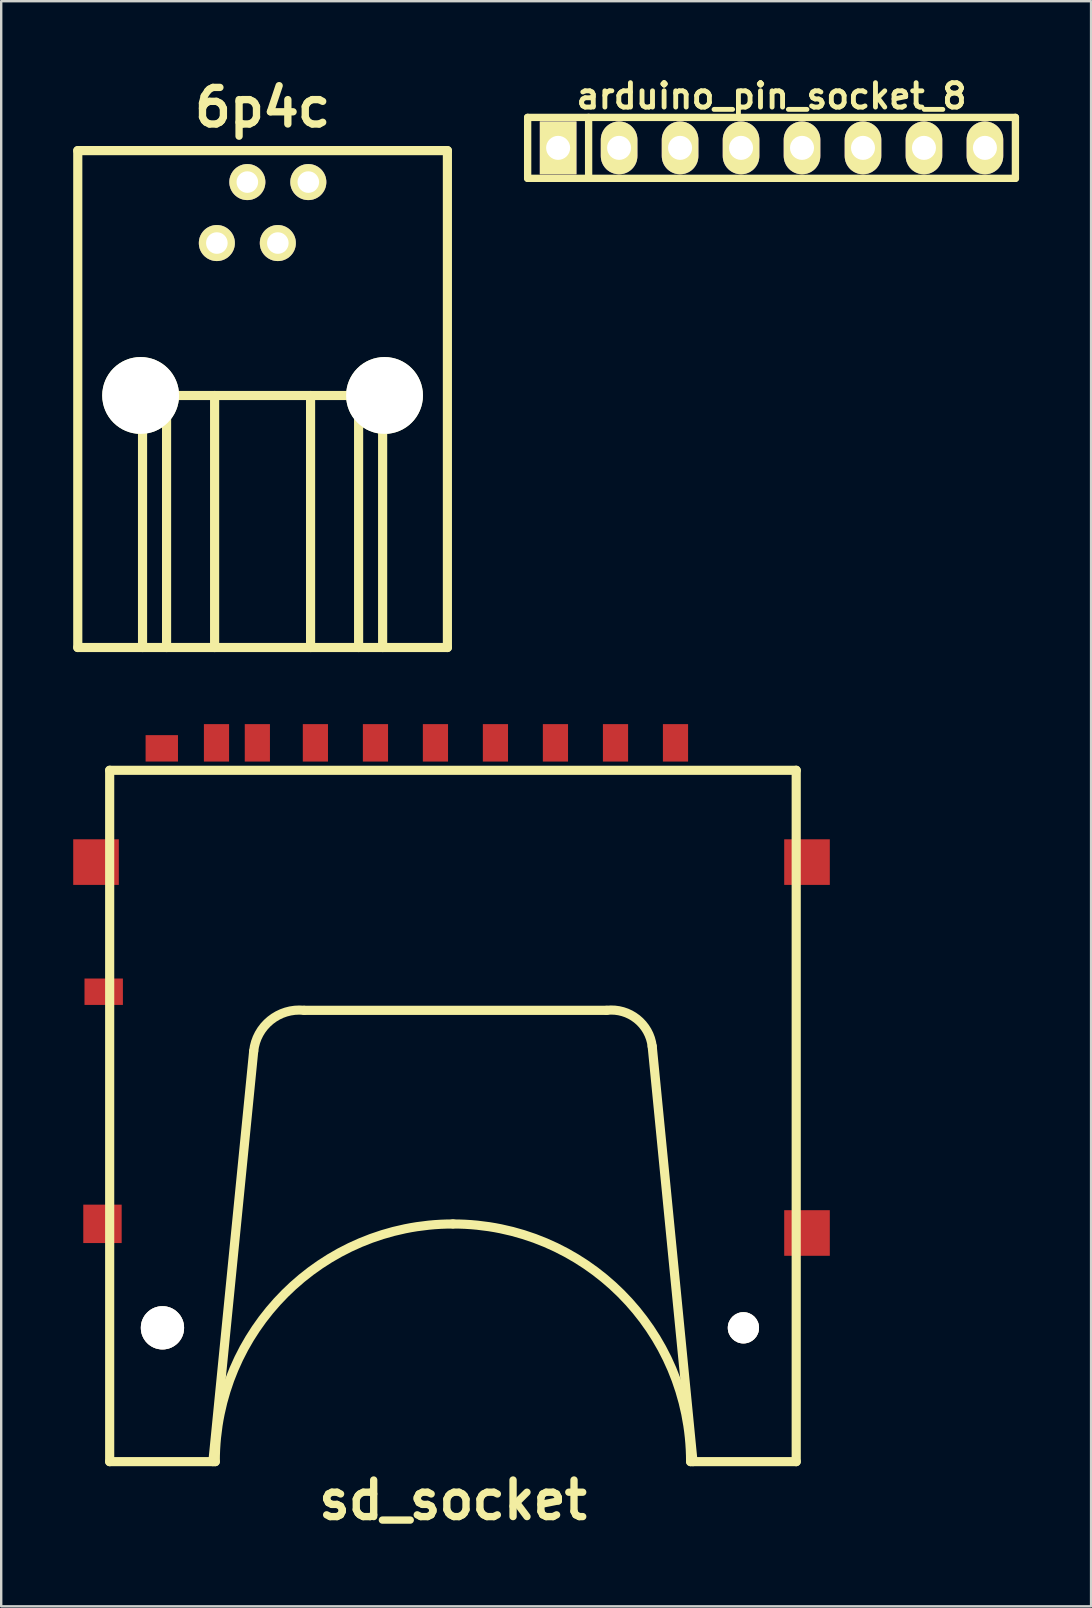
<source format=kicad_pcb>
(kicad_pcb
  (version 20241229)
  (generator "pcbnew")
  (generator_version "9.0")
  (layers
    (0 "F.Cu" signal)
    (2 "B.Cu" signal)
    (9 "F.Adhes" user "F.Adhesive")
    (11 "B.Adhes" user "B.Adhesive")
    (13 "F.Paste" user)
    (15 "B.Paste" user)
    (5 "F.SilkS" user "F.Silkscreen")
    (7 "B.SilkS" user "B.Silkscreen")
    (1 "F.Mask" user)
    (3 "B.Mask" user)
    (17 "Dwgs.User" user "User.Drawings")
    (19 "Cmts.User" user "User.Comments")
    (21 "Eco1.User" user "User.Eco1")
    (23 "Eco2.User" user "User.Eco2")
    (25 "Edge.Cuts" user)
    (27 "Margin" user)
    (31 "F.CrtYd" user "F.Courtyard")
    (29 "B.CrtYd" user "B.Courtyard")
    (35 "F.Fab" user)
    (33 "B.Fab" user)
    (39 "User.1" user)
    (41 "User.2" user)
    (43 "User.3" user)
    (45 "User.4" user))
  (footprint "6p4c"
    (layer "F.Cu")
    (at 7.889 13.425)
    (property "Reference" "6p4c" (at 0 -11.999 0) (layer "F.SilkS") (effects (font (size 1.524 1.524) (thickness 0.305))))
    (attr through_hole)
    (fp_line (start -7.699 -10.201) (end 7.699 -10.201) (stroke (width 0.381) (type solid)) (layer "F.SilkS"))
    (fp_line (start -7.699 10.5) (end -7.699 -10.201) (stroke (width 0.381) (type solid)) (layer "F.SilkS"))
    (fp_line (start -5.001 0) (end -5.001 10.5) (stroke (width 0.381) (type solid)) (layer "F.SilkS"))
    (fp_line (start -5.001 0) (end 5.001 0) (stroke (width 0.381) (type solid)) (layer "F.SilkS"))
    (fp_line (start -4 10.5) (end -4 0) (stroke (width 0.381) (type solid)) (layer "F.SilkS"))
    (fp_line (start -1.999 10.5) (end -1.999 0) (stroke (width 0.381) (type solid)) (layer "F.SilkS"))
    (fp_line (start 1.999 10.5) (end 1.999 0) (stroke (width 0.381) (type solid)) (layer "F.SilkS"))
    (fp_line (start 4 0) (end 4 10.5) (stroke (width 0.381) (type solid)) (layer "F.SilkS"))
    (fp_line (start 5.001 0) (end 5.001 10.5) (stroke (width 0.381) (type solid)) (layer "F.SilkS"))
    (fp_line (start 7.699 -10.201) (end 7.699 10.5) (stroke (width 0.381) (type solid)) (layer "F.SilkS"))
    (fp_line (start 7.699 10.5) (end -7.699 10.5) (stroke (width 0.381) (type solid)) (layer "F.SilkS"))
    (pad "" np_thru_hole circle (at -5.08 0) (size 3.2 3.2) (drill 3.2) (layers "*.Cu" "*.Mask" "F.SilkS"))
    (pad "" np_thru_hole circle (at 5.08 0) (size 3.2 3.2) (drill 3.2) (layers "*.Cu" "*.Mask" "F.SilkS"))
    (pad "1" thru_hole circle (at -1.905 -6.35) (size 1.501 1.501) (drill 0.899) (layers "*.Cu" "*.Mask" "F.SilkS"))
    (pad "2" thru_hole circle (at -0.635 -8.89) (size 1.501 1.501) (drill 0.899) (layers "*.Cu" "*.Mask" "F.SilkS"))
    (pad "3" thru_hole circle (at 0.635 -6.35) (size 1.501 1.501) (drill 0.899) (layers "*.Cu" "*.Mask" "F.SilkS"))
    (pad "4" thru_hole circle (at 1.905 -8.89) (size 1.501 1.501) (drill 0.899) (layers "*.Cu" "*.Mask" "F.SilkS")))
  (footprint "arduino_pin_socket_8"
    (layer "F.Cu")
    (at 29.091 3.11)
    (property "Reference" "arduino_pin_socket_8" (at 0 -2.159 0) (layer "F.SilkS") (effects (font (size 1.016 1.016) (thickness 0.203))))
    (attr through_hole)
    (fp_line (start -10.16 -1.27) (end 10.16 -1.27) (stroke (width 0.305) (type solid)) (layer "F.SilkS"))
    (fp_line (start -10.16 1.27) (end -10.16 -1.27) (stroke (width 0.305) (type solid)) (layer "F.SilkS"))
    (fp_line (start -7.62 -1.27) (end -7.62 1.27) (stroke (width 0.305) (type solid)) (layer "F.SilkS"))
    (fp_line (start 10.16 -1.27) (end 10.16 1.27) (stroke (width 0.305) (type solid)) (layer "F.SilkS"))
    (fp_line (start 10.16 1.27) (end -10.16 1.27) (stroke (width 0.305) (type solid)) (layer "F.SilkS"))
    (pad "1" thru_hole rect (at -8.89 0) (size 1.524 2.2) (drill 1.001) (layers "*.Cu" "*.Mask" "F.SilkS"))
    (pad "2" thru_hole oval (at -6.35 0) (size 1.524 2.2) (drill 1.001) (layers "*.Cu" "*.Mask" "F.SilkS"))
    (pad "3" thru_hole oval (at -3.81 0) (size 1.524 2.2) (drill 1.001) (layers "*.Cu" "*.Mask" "F.SilkS"))
    (pad "4" thru_hole oval (at -1.27 0) (size 1.524 2.2) (drill 1.001) (layers "*.Cu" "*.Mask" "F.SilkS"))
    (pad "5" thru_hole oval (at 1.27 0) (size 1.524 2.2) (drill 1.001) (layers "*.Cu" "*.Mask" "F.SilkS"))
    (pad "6" thru_hole oval (at 3.81 0) (size 1.524 2.2) (drill 1.001) (layers "*.Cu" "*.Mask" "F.SilkS"))
    (pad "7" thru_hole oval (at 6.35 0) (size 1.524 2.2) (drill 1.001) (layers "*.Cu" "*.Mask" "F.SilkS"))
    (pad "8" thru_hole oval (at 8.89 0) (size 1.524 2.2) (drill 1.001) (layers "*.Cu" "*.Mask" "F.SilkS")))
  (footprint "sd_socket"
    (layer "F.Cu")
    (at 15.819 42.44)
    (property "Reference" "sd_socket" (at 0 17 0) (layer "F.SilkS") (effects (font (size 1.524 1.524) (thickness 0.305))))
    (attr through_hole)
    (fp_line (start -14.3 -13.401) (end 14.3 -13.401) (stroke (width 0.381) (type solid)) (layer "F.SilkS"))
    (fp_line (start -14.3 15.4) (end -14.3 -13.401) (stroke (width 0.381) (type solid)) (layer "F.SilkS"))
    (fp_line (start -9.901 15.4) (end -14.3 15.4) (stroke (width 0.381) (type solid)) (layer "F.SilkS"))
    (fp_line (start -8.301 -1.699) (end -10 15.4) (stroke (width 0.381) (type solid)) (layer "F.SilkS"))
    (fp_line (start 6.401 -3.401) (end -6.2 -3.401) (stroke (width 0.381) (type solid)) (layer "F.SilkS"))
    (fp_line (start 8.301 -1.9) (end 10 15.4) (stroke (width 0.381) (type solid)) (layer "F.SilkS"))
    (fp_line (start 14.3 -13.401) (end 14.3 15.4) (stroke (width 0.381) (type solid)) (layer "F.SilkS"))
    (fp_line (start 14.3 15.4) (end 9.901 15.4) (stroke (width 0.381) (type solid)) (layer "F.SilkS"))
    (fp_arc (start -9.90092 15.40002) (mid -7.001008 8.399012) (end 0 5.4991) (stroke (width 0.381) (type solid)) (layer "F.SilkS"))
    (fp_arc (start -8.30072 -1.69926) (mid -7.604154 -2.984678) (end -6.20268 -3.40106) (stroke (width 0.381) (type solid)) (layer "F.SilkS"))
    (fp_arc (start 0 5.4991) (mid 7.001008 8.399012) (end 9.90092 15.40002) (stroke (width 0.381) (type solid)) (layer "F.SilkS"))
    (fp_arc (start 6.4008 -3.40106) (mid 7.662182 -3.042706) (end 8.30072 -1.89738) (stroke (width 0.381) (type solid)) (layer "F.SilkS"))
    (pad "" smd rect (at -14.869 -9.576) (size 1.9 1.9) (layers "F.Cu" "F.Mask" "F.Paste"))
    (pad "" thru_hole circle (at -12.101 9.825) (size 1.801 1.801) (drill 1.801) (layers "*.Cu" "*.Mask" "F.SilkS"))
    (pad "" thru_hole circle (at 12.101 9.825) (size 1.3 1.3) (drill 1.3) (layers "*.Cu" "*.Mask" "F.SilkS"))
    (pad "" smd rect (at 14.75 -9.576) (size 1.9 1.9) (layers "F.Cu" "F.Mask" "F.Paste"))
    (pad "" smd rect (at 14.75 5.875) (size 1.9 1.9) (layers "F.Cu" "F.Mask" "F.Paste"))
    (pad "1" smd rect (at 6.772 -14.544) (size 1.049 1.56) (layers "F.Cu" "F.Mask" "F.Paste"))
    (pad "2" smd rect (at 4.27 -14.544) (size 1.049 1.56) (layers "F.Cu" "F.Mask" "F.Paste"))
    (pad "3" smd rect (at 1.77 -14.544) (size 1.049 1.56) (layers "F.Cu" "F.Mask" "F.Paste"))
    (pad "4" smd rect (at -0.729 -14.544) (size 1.049 1.56) (layers "F.Cu" "F.Mask" "F.Paste"))
    (pad "5" smd rect (at -3.228 -14.544) (size 1.049 1.56) (layers "F.Cu" "F.Mask" "F.Paste"))
    (pad "6" smd rect (at -5.73 -14.544) (size 1.049 1.56) (layers "F.Cu" "F.Mask" "F.Paste"))
    (pad "7" smd rect (at -8.148 -14.544) (size 1.049 1.56) (layers "F.Cu" "F.Mask" "F.Paste"))
    (pad "8" smd rect (at -9.85 -14.544) (size 1.049 1.56) (layers "F.Cu" "F.Mask" "F.Paste"))
    (pad "9" smd rect (at 9.271 -14.544) (size 1.049 1.56) (layers "F.Cu" "F.Mask" "F.Paste"))
    (pad "CD" smd rect (at -12.129 -14.315) (size 1.349 1.1) (layers "F.Cu" "F.Mask" "F.Paste"))
    (pad "COM" smd rect (at -14.549 -4.176) (size 1.6 1.1) (layers "F.Cu" "F.Mask" "F.Paste"))
    (pad "WP" smd rect (at -14.6 5.494) (size 1.6 1.6) (layers "F.Cu" "F.Mask" "F.Paste")))
  (gr_rect
    (start -3 -3)
    (end 42.403 63.867)
    (stroke (width 0.1) (type default))
    (fill no)
    (layer "Edge.Cuts")))
</source>
